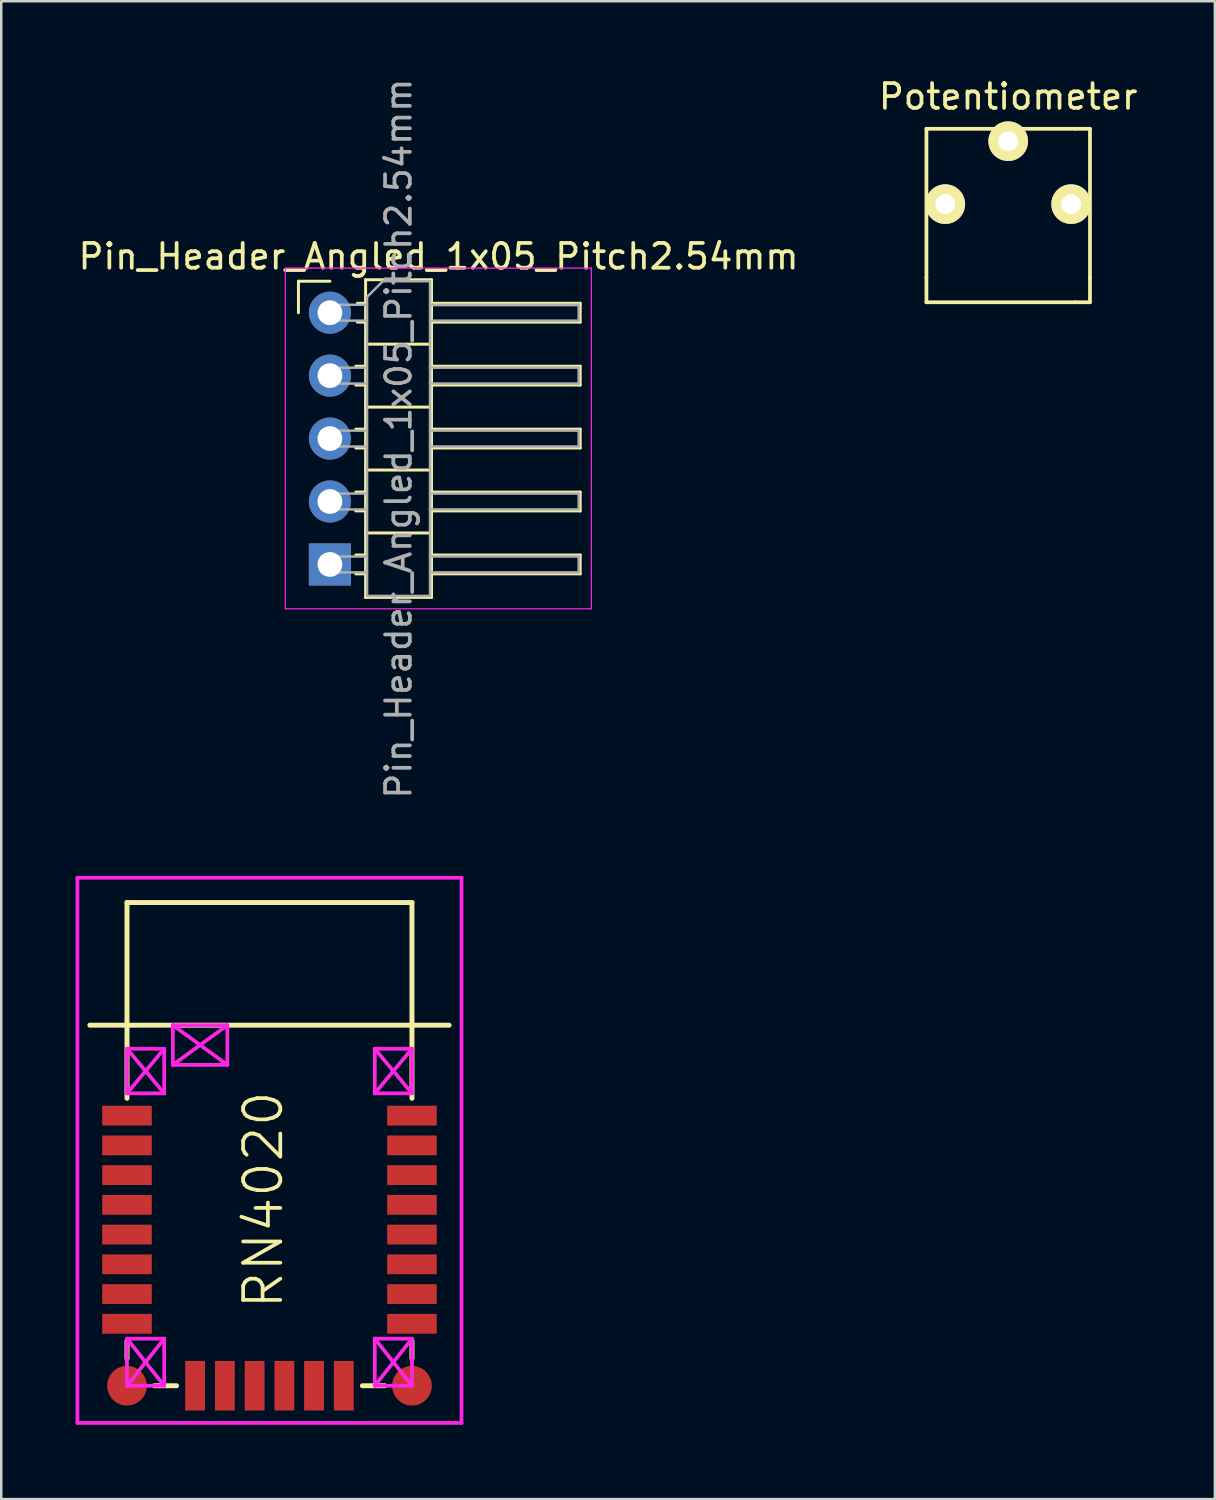
<source format=kicad_pcb>
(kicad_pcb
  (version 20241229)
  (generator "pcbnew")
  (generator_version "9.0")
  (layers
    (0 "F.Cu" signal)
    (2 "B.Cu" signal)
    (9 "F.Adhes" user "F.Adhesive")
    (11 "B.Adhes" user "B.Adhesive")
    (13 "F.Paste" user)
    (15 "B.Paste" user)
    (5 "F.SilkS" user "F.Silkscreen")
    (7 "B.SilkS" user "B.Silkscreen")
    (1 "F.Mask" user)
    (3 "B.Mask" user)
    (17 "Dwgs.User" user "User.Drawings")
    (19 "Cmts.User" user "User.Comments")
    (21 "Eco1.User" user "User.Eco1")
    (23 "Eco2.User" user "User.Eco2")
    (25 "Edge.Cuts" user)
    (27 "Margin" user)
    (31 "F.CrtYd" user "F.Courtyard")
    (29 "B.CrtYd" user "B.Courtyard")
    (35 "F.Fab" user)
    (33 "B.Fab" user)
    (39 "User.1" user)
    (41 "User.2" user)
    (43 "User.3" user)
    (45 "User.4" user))
  (footprint "Pin_Header_Angled_1x05_Pitch2.54mm"
    (layer "F.Cu")
    (at 10.264 9.569)
    (property "Reference" "Pin_Header_Angled_1x05_Pitch2.54mm" (at 4.385 -2.27 0) (layer "F.SilkS") (effects (font (size 1 1) (thickness 0.15))))
    (attr through_hole)
    (fp_line (start -1.27 -1.27) (end 0 -1.27) (stroke (width 0.12) (type solid)) (layer "F.SilkS"))
    (fp_line (start -1.27 0) (end -1.27 -1.27) (stroke (width 0.12) (type solid)) (layer "F.SilkS"))
    (fp_line (start 1.043 2.16) (end 1.44 2.16) (stroke (width 0.12) (type solid)) (layer "F.SilkS"))
    (fp_line (start 1.043 2.92) (end 1.44 2.92) (stroke (width 0.12) (type solid)) (layer "F.SilkS"))
    (fp_line (start 1.043 4.7) (end 1.44 4.7) (stroke (width 0.12) (type solid)) (layer "F.SilkS"))
    (fp_line (start 1.043 5.46) (end 1.44 5.46) (stroke (width 0.12) (type solid)) (layer "F.SilkS"))
    (fp_line (start 1.043 7.24) (end 1.44 7.24) (stroke (width 0.12) (type solid)) (layer "F.SilkS"))
    (fp_line (start 1.043 8) (end 1.44 8) (stroke (width 0.12) (type solid)) (layer "F.SilkS"))
    (fp_line (start 1.043 9.78) (end 1.44 9.78) (stroke (width 0.12) (type solid)) (layer "F.SilkS"))
    (fp_line (start 1.043 10.54) (end 1.44 10.54) (stroke (width 0.12) (type solid)) (layer "F.SilkS"))
    (fp_line (start 1.11 -0.38) (end 1.44 -0.38) (stroke (width 0.12) (type solid)) (layer "F.SilkS"))
    (fp_line (start 1.11 0.38) (end 1.44 0.38) (stroke (width 0.12) (type solid)) (layer "F.SilkS"))
    (fp_line (start 1.44 -1.33) (end 1.44 11.49) (stroke (width 0.12) (type solid)) (layer "F.SilkS"))
    (fp_line (start 1.44 1.27) (end 4.1 1.27) (stroke (width 0.12) (type solid)) (layer "F.SilkS"))
    (fp_line (start 1.44 3.81) (end 4.1 3.81) (stroke (width 0.12) (type solid)) (layer "F.SilkS"))
    (fp_line (start 1.44 6.35) (end 4.1 6.35) (stroke (width 0.12) (type solid)) (layer "F.SilkS"))
    (fp_line (start 1.44 8.89) (end 4.1 8.89) (stroke (width 0.12) (type solid)) (layer "F.SilkS"))
    (fp_line (start 1.44 11.49) (end 4.1 11.49) (stroke (width 0.12) (type solid)) (layer "F.SilkS"))
    (fp_line (start 4.1 -1.33) (end 1.44 -1.33) (stroke (width 0.12) (type solid)) (layer "F.SilkS"))
    (fp_line (start 4.1 -0.38) (end 10.1 -0.38) (stroke (width 0.12) (type solid)) (layer "F.SilkS"))
    (fp_line (start 4.1 -0.32) (end 10.1 -0.32) (stroke (width 0.12) (type solid)) (layer "F.SilkS"))
    (fp_line (start 4.1 2.16) (end 10.1 2.16) (stroke (width 0.12) (type solid)) (layer "F.SilkS"))
    (fp_line (start 4.1 4.7) (end 10.1 4.7) (stroke (width 0.12) (type solid)) (layer "F.SilkS"))
    (fp_line (start 4.1 7.24) (end 10.1 7.24) (stroke (width 0.12) (type solid)) (layer "F.SilkS"))
    (fp_line (start 4.1 9.78) (end 10.1 9.78) (stroke (width 0.12) (type solid)) (layer "F.SilkS"))
    (fp_line (start 4.1 11.49) (end 4.1 -1.33) (stroke (width 0.12) (type solid)) (layer "F.SilkS"))
    (fp_line (start 10.1 -0.38) (end 10.1 0.38) (stroke (width 0.12) (type solid)) (layer "F.SilkS"))
    (fp_line (start 10.1 0.38) (end 4.1 0.38) (stroke (width 0.12) (type solid)) (layer "F.SilkS"))
    (fp_line (start 10.1 2.16) (end 10.1 2.92) (stroke (width 0.12) (type solid)) (layer "F.SilkS"))
    (fp_line (start 10.1 2.92) (end 4.1 2.92) (stroke (width 0.12) (type solid)) (layer "F.SilkS"))
    (fp_line (start 10.1 4.7) (end 10.1 5.46) (stroke (width 0.12) (type solid)) (layer "F.SilkS"))
    (fp_line (start 10.1 5.46) (end 4.1 5.46) (stroke (width 0.12) (type solid)) (layer "F.SilkS"))
    (fp_line (start 10.1 7.24) (end 10.1 8) (stroke (width 0.12) (type solid)) (layer "F.SilkS"))
    (fp_line (start 10.1 8) (end 4.1 8) (stroke (width 0.12) (type solid)) (layer "F.SilkS"))
    (fp_line (start 10.1 9.78) (end 10.1 10.54) (stroke (width 0.12) (type solid)) (layer "F.SilkS"))
    (fp_line (start 10.1 10.54) (end 4.1 10.54) (stroke (width 0.12) (type solid)) (layer "F.SilkS"))
    (fp_line (start -1.8 -1.8) (end -1.8 11.95) (stroke (width 0.05) (type solid)) (layer "F.CrtYd"))
    (fp_line (start -1.8 11.95) (end 10.55 11.95) (stroke (width 0.05) (type solid)) (layer "F.CrtYd"))
    (fp_line (start 10.55 -1.8) (end -1.8 -1.8) (stroke (width 0.05) (type solid)) (layer "F.CrtYd"))
    (fp_line (start 10.55 11.95) (end 10.55 -1.8) (stroke (width 0.05) (type solid)) (layer "F.CrtYd"))
    (fp_line (start -0.32 -0.32) (end -0.32 0.32) (stroke (width 0.1) (type solid)) (layer "F.Fab"))
    (fp_line (start -0.32 -0.32) (end 1.5 -0.32) (stroke (width 0.1) (type solid)) (layer "F.Fab"))
    (fp_line (start -0.32 0.32) (end 1.5 0.32) (stroke (width 0.1) (type solid)) (layer "F.Fab"))
    (fp_line (start -0.32 2.22) (end -0.32 2.86) (stroke (width 0.1) (type solid)) (layer "F.Fab"))
    (fp_line (start -0.32 2.22) (end 1.5 2.22) (stroke (width 0.1) (type solid)) (layer "F.Fab"))
    (fp_line (start -0.32 2.86) (end 1.5 2.86) (stroke (width 0.1) (type solid)) (layer "F.Fab"))
    (fp_line (start -0.32 4.76) (end -0.32 5.4) (stroke (width 0.1) (type solid)) (layer "F.Fab"))
    (fp_line (start -0.32 4.76) (end 1.5 4.76) (stroke (width 0.1) (type solid)) (layer "F.Fab"))
    (fp_line (start -0.32 5.4) (end 1.5 5.4) (stroke (width 0.1) (type solid)) (layer "F.Fab"))
    (fp_line (start -0.32 7.3) (end -0.32 7.94) (stroke (width 0.1) (type solid)) (layer "F.Fab"))
    (fp_line (start -0.32 7.3) (end 1.5 7.3) (stroke (width 0.1) (type solid)) (layer "F.Fab"))
    (fp_line (start -0.32 7.94) (end 1.5 7.94) (stroke (width 0.1) (type solid)) (layer "F.Fab"))
    (fp_line (start -0.32 9.84) (end -0.32 10.48) (stroke (width 0.1) (type solid)) (layer "F.Fab"))
    (fp_line (start -0.32 9.84) (end 1.5 9.84) (stroke (width 0.1) (type solid)) (layer "F.Fab"))
    (fp_line (start -0.32 10.48) (end 1.5 10.48) (stroke (width 0.1) (type solid)) (layer "F.Fab"))
    (fp_line (start 1.5 -0.635) (end 2.135 -1.27) (stroke (width 0.1) (type solid)) (layer "F.Fab"))
    (fp_line (start 1.5 11.43) (end 1.5 -0.635) (stroke (width 0.1) (type solid)) (layer "F.Fab"))
    (fp_line (start 2.135 -1.27) (end 4.04 -1.27) (stroke (width 0.1) (type solid)) (layer "F.Fab"))
    (fp_line (start 4.04 -1.27) (end 4.04 11.43) (stroke (width 0.1) (type solid)) (layer "F.Fab"))
    (fp_line (start 4.04 -0.32) (end 10.04 -0.32) (stroke (width 0.1) (type solid)) (layer "F.Fab"))
    (fp_line (start 4.04 0.32) (end 10.04 0.32) (stroke (width 0.1) (type solid)) (layer "F.Fab"))
    (fp_line (start 4.04 2.22) (end 10.04 2.22) (stroke (width 0.1) (type solid)) (layer "F.Fab"))
    (fp_line (start 4.04 2.86) (end 10.04 2.86) (stroke (width 0.1) (type solid)) (layer "F.Fab"))
    (fp_line (start 4.04 4.76) (end 10.04 4.76) (stroke (width 0.1) (type solid)) (layer "F.Fab"))
    (fp_line (start 4.04 5.4) (end 10.04 5.4) (stroke (width 0.1) (type solid)) (layer "F.Fab"))
    (fp_line (start 4.04 7.3) (end 10.04 7.3) (stroke (width 0.1) (type solid)) (layer "F.Fab"))
    (fp_line (start 4.04 7.94) (end 10.04 7.94) (stroke (width 0.1) (type solid)) (layer "F.Fab"))
    (fp_line (start 4.04 9.84) (end 10.04 9.84) (stroke (width 0.1) (type solid)) (layer "F.Fab"))
    (fp_line (start 4.04 10.48) (end 10.04 10.48) (stroke (width 0.1) (type solid)) (layer "F.Fab"))
    (fp_line (start 4.04 11.43) (end 1.5 11.43) (stroke (width 0.1) (type solid)) (layer "F.Fab"))
    (fp_line (start 10.04 -0.32) (end 10.04 0.32) (stroke (width 0.1) (type solid)) (layer "F.Fab"))
    (fp_line (start 10.04 2.22) (end 10.04 2.86) (stroke (width 0.1) (type solid)) (layer "F.Fab"))
    (fp_line (start 10.04 4.76) (end 10.04 5.4) (stroke (width 0.1) (type solid)) (layer "F.Fab"))
    (fp_line (start 10.04 7.3) (end 10.04 7.94) (stroke (width 0.1) (type solid)) (layer "F.Fab"))
    (fp_line (start 10.04 9.84) (end 10.04 10.48) (stroke (width 0.1) (type solid)) (layer "F.Fab"))
    (fp_text user "${REFERENCE}" (at 2.77 5.08 90) (layer "F.Fab") (effects (font (size 1 1) (thickness 0.15))))
    (pad "1" thru_hole rect (at 0 10.16) (size 1.7 1.7) (drill 1) (layers "*.Cu" "*.Mask"))
    (pad "2" thru_hole oval (at 0 7.62) (size 1.7 1.7) (drill 1) (layers "*.Cu" "*.Mask"))
    (pad "3" thru_hole oval (at 0 5.08) (size 1.7 1.7) (drill 1) (layers "*.Cu" "*.Mask"))
    (pad "4" thru_hole oval (at 0 2.54) (size 1.7 1.7) (drill 1) (layers "*.Cu" "*.Mask"))
    (pad "5" thru_hole oval (at 0 0) (size 1.7 1.7) (drill 1) (layers "*.Cu" "*.Mask")))
  (footprint "RN4020"
    (layer "F.Cu")
    (at 2.075 52.873)
    (property "Reference" "RN4020" (at 5.5 -7.5 90) (layer "F.SilkS") (effects (font (size 1.5 1.5) (thickness 0.15))))
    (attr through_hole)
    (fp_line (start -1.5 -14.55) (end 13 -14.55) (stroke (width 0.2) (type solid)) (layer "F.SilkS"))
    (fp_line (start 0 -19.5) (end 0 -11.6) (stroke (width 0.2) (type solid)) (layer "F.SilkS"))
    (fp_line (start 0 -1.8) (end 0 -1.1) (stroke (width 0.2) (type solid)) (layer "F.SilkS"))
    (fp_line (start 1.1 0) (end 2 0) (stroke (width 0.2) (type solid)) (layer "F.SilkS"))
    (fp_line (start 9.5 0) (end 10.4 0) (stroke (width 0.2) (type solid)) (layer "F.SilkS"))
    (fp_line (start 11.5 -19.5) (end 0 -19.5) (stroke (width 0.2) (type solid)) (layer "F.SilkS"))
    (fp_line (start 11.5 -11.6) (end 11.5 -19.5) (stroke (width 0.2) (type solid)) (layer "F.SilkS"))
    (fp_line (start 11.5 -1.8) (end 11.5 -1.1) (stroke (width 0.2) (type solid)) (layer "F.SilkS"))
    (fp_line (start -2 -20.5) (end 13.5 -20.5) (stroke (width 0.15) (type solid)) (layer "F.CrtYd"))
    (fp_line (start -2 1.5) (end -2 -20.5) (stroke (width 0.15) (type solid)) (layer "F.CrtYd"))
    (fp_line (start 0 -13.6) (end 0 -11.8) (stroke (width 0.15) (type solid)) (layer "F.CrtYd"))
    (fp_line (start 0 -13.6) (end 1.5 -13.6) (stroke (width 0.15) (type solid)) (layer "F.CrtYd"))
    (fp_line (start 0 -13.6) (end 1.5 -11.8) (stroke (width 0.15) (type solid)) (layer "F.CrtYd"))
    (fp_line (start 0 -11.8) (end 1.5 -13.6) (stroke (width 0.15) (type solid)) (layer "F.CrtYd"))
    (fp_line (start 0 -11.8) (end 1.5 -11.8) (stroke (width 0.15) (type solid)) (layer "F.CrtYd"))
    (fp_line (start 0 -1.9) (end 1.5 -1.9) (stroke (width 0.15) (type solid)) (layer "F.CrtYd"))
    (fp_line (start 0 -1.9) (end 1.5 0) (stroke (width 0.15) (type solid)) (layer "F.CrtYd"))
    (fp_line (start 0 0) (end 0 -1.9) (stroke (width 0.15) (type solid)) (layer "F.CrtYd"))
    (fp_line (start 1.5 -13.6) (end 1.5 -11.8) (stroke (width 0.15) (type solid)) (layer "F.CrtYd"))
    (fp_line (start 1.5 -1.9) (end 0 0) (stroke (width 0.15) (type solid)) (layer "F.CrtYd"))
    (fp_line (start 1.5 -1.9) (end 1.5 0) (stroke (width 0.15) (type solid)) (layer "F.CrtYd"))
    (fp_line (start 1.5 0) (end 0 0) (stroke (width 0.15) (type solid)) (layer "F.CrtYd"))
    (fp_line (start 1.85 -14.55) (end 1.85 -12.95) (stroke (width 0.15) (type solid)) (layer "F.CrtYd"))
    (fp_line (start 1.85 -14.55) (end 4.05 -14.55) (stroke (width 0.15) (type solid)) (layer "F.CrtYd"))
    (fp_line (start 1.85 -14.55) (end 4.05 -12.95) (stroke (width 0.15) (type solid)) (layer "F.CrtYd"))
    (fp_line (start 1.85 -12.95) (end 4.05 -14.55) (stroke (width 0.15) (type solid)) (layer "F.CrtYd"))
    (fp_line (start 1.85 -12.95) (end 4.05 -12.95) (stroke (width 0.15) (type solid)) (layer "F.CrtYd"))
    (fp_line (start 4.05 -12.95) (end 4.05 -14.55) (stroke (width 0.15) (type solid)) (layer "F.CrtYd"))
    (fp_line (start 10 -13.6) (end 10 -11.8) (stroke (width 0.15) (type solid)) (layer "F.CrtYd"))
    (fp_line (start 10 -13.6) (end 11.5 -13.6) (stroke (width 0.15) (type solid)) (layer "F.CrtYd"))
    (fp_line (start 10 -13.6) (end 11.5 -11.8) (stroke (width 0.15) (type solid)) (layer "F.CrtYd"))
    (fp_line (start 10 -11.8) (end 11.5 -13.6) (stroke (width 0.15) (type solid)) (layer "F.CrtYd"))
    (fp_line (start 10 -11.8) (end 11.5 -11.8) (stroke (width 0.15) (type solid)) (layer "F.CrtYd"))
    (fp_line (start 10 -1.9) (end 11.5 -1.9) (stroke (width 0.15) (type solid)) (layer "F.CrtYd"))
    (fp_line (start 10 -1.9) (end 11.5 0) (stroke (width 0.15) (type solid)) (layer "F.CrtYd"))
    (fp_line (start 10 0) (end 10 -1.9) (stroke (width 0.15) (type solid)) (layer "F.CrtYd"))
    (fp_line (start 10 0) (end 11.5 -1.9) (stroke (width 0.15) (type solid)) (layer "F.CrtYd"))
    (fp_line (start 11.5 -13.6) (end 11.5 -11.8) (stroke (width 0.15) (type solid)) (layer "F.CrtYd"))
    (fp_line (start 11.5 -1.9) (end 11.5 0) (stroke (width 0.15) (type solid)) (layer "F.CrtYd"))
    (fp_line (start 11.5 0) (end 10 0) (stroke (width 0.15) (type solid)) (layer "F.CrtYd"))
    (fp_line (start 13.5 -20.5) (end 13.5 1.5) (stroke (width 0.15) (type solid)) (layer "F.CrtYd"))
    (fp_line (start 13.5 1.5) (end -2 1.5) (stroke (width 0.15) (type solid)) (layer "F.CrtYd"))
    (pad "1" smd rect (at 0 -10.9) (size 2 0.8) (layers "F.Cu" "F.Mask" "F.Paste"))
    (pad "2" smd rect (at 0 -9.7) (size 2 0.8) (layers "F.Cu" "F.Mask" "F.Paste"))
    (pad "3" smd rect (at 0 -8.5) (size 2 0.8) (layers "F.Cu" "F.Mask" "F.Paste"))
    (pad "4" smd rect (at 0 -7.3) (size 2 0.8) (layers "F.Cu" "F.Mask" "F.Paste"))
    (pad "5" smd rect (at 0 -6.1) (size 2 0.8) (layers "F.Cu" "F.Mask" "F.Paste"))
    (pad "6" smd rect (at 0 -4.9) (size 2 0.8) (layers "F.Cu" "F.Mask" "F.Paste"))
    (pad "7" smd rect (at 0 -3.7) (size 2 0.8) (layers "F.Cu" "F.Mask" "F.Paste"))
    (pad "8" smd rect (at 0 -2.5) (size 2 0.8) (layers "F.Cu" "F.Mask" "F.Paste"))
    (pad "9" smd circle (at 0 0) (size 1.6 1.6) (layers "F.Cu" "F.Mask" "F.Paste"))
    (pad "10" smd rect (at 2.75 0) (size 0.8 2) (layers "F.Cu" "F.Mask" "F.Paste"))
    (pad "11" smd rect (at 3.95 0) (size 0.8 2) (layers "F.Cu" "F.Mask" "F.Paste"))
    (pad "12" smd rect (at 5.15 0) (size 0.8 2) (layers "F.Cu" "F.Mask" "F.Paste"))
    (pad "13" smd rect (at 6.35 0) (size 0.8 2) (layers "F.Cu" "F.Mask" "F.Paste"))
    (pad "14" smd rect (at 7.55 0) (size 0.8 2) (layers "F.Cu" "F.Mask" "F.Paste"))
    (pad "15" smd rect (at 8.75 0) (size 0.8 2) (layers "F.Cu" "F.Mask" "F.Paste"))
    (pad "16" smd circle (at 11.5 0) (size 1.6 1.6) (layers "F.Cu" "F.Mask" "F.Paste"))
    (pad "17" smd rect (at 11.5 -2.5) (size 2 0.8) (layers "F.Cu" "F.Mask" "F.Paste"))
    (pad "18" smd rect (at 11.5 -3.7) (size 2 0.8) (layers "F.Cu" "F.Mask" "F.Paste"))
    (pad "19" smd rect (at 11.5 -4.9) (size 2 0.8) (layers "F.Cu" "F.Mask" "F.Paste"))
    (pad "20" smd rect (at 11.5 -6.1) (size 2 0.8) (layers "F.Cu" "F.Mask" "F.Paste"))
    (pad "21" smd rect (at 11.5 -7.3) (size 2 0.8) (layers "F.Cu" "F.Mask" "F.Paste"))
    (pad "22" smd rect (at 11.5 -8.5) (size 2 0.8) (layers "F.Cu" "F.Mask" "F.Paste"))
    (pad "23" smd rect (at 11.5 -9.7) (size 2 0.8) (layers "F.Cu" "F.Mask" "F.Paste"))
    (pad "24" smd rect (at 11.5 -10.9) (size 2 0.8) (layers "F.Cu" "F.Mask" "F.Paste")))
  (footprint "Potentiometer"
    (layer "F.Cu")
    (at 37.637 2.648)
    (property "Reference" "Potentiometer" (at 0 -1.8 0) (layer "F.SilkS") (effects (font (size 1 1) (thickness 0.15))))
    (attr through_hole)
    (fp_line (start -3.3 -0.5) (end -3.3 5.5) (stroke (width 0.15) (type solid)) (layer "F.SilkS"))
    (fp_line (start -3.3 5.5) (end -3.3 6.5) (stroke (width 0.15) (type solid)) (layer "F.SilkS"))
    (fp_line (start -3.3 6.5) (end 2.7 6.5) (stroke (width 0.15) (type solid)) (layer "F.SilkS"))
    (fp_line (start 2.7 -0.5) (end -3.3 -0.5) (stroke (width 0.15) (type solid)) (layer "F.SilkS"))
    (fp_line (start 2.7 -0.5) (end 3.3 -0.5) (stroke (width 0.15) (type solid)) (layer "F.SilkS"))
    (fp_line (start 2.7 6.5) (end 3.3 6.5) (stroke (width 0.15) (type solid)) (layer "F.SilkS"))
    (fp_line (start 3.3 -0.5) (end 3.3 5.5) (stroke (width 0.15) (type solid)) (layer "F.SilkS"))
    (fp_line (start 3.3 6.5) (end 3.3 5.5) (stroke (width 0.15) (type solid)) (layer "F.SilkS"))
    (pad "1" thru_hole circle (at -2.54 2.54) (size 1.6 1.6) (drill 0.8) (layers "*.Cu" "*.Mask" "F.SilkS"))
    (pad "2" thru_hole circle (at 0 0) (size 1.6 1.6) (drill 0.8) (layers "*.Cu" "*.Mask" "F.SilkS"))
    (pad "3" thru_hole circle (at 2.54 2.54) (size 1.6 1.6) (drill 0.8) (layers "*.Cu" "*.Mask" "F.SilkS")))
  (gr_rect
    (start -3 -3)
    (end 45.976 57.448)
    (stroke (width 0.1) (type default))
    (fill no)
    (layer "Edge.Cuts")))
</source>
